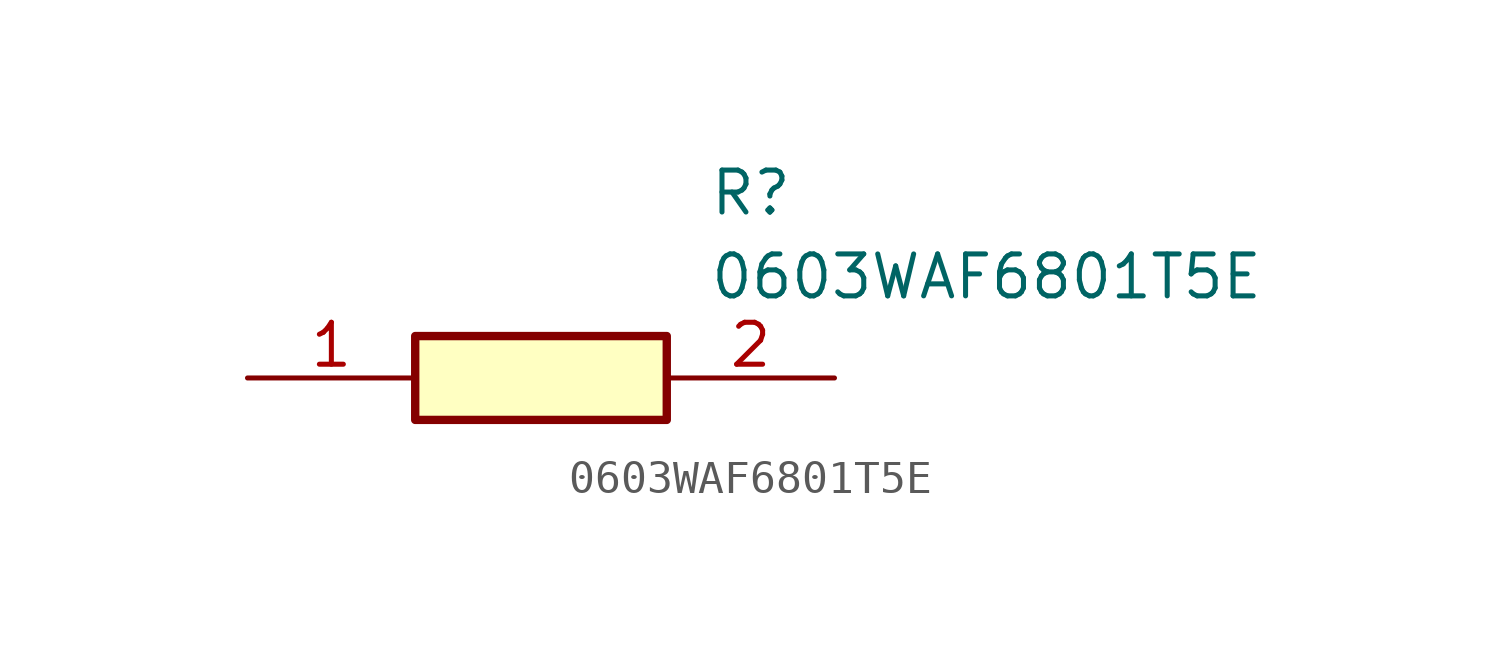
<source format=kicad_sym>
(kicad_symbol_lib
  (version 20211014)
  (generator SamacSys_ECAD_Model)
  (symbol "0603WAF6801T5E"
    (pin_names hide)
    (property "Reference" "R"
      (at 13.97 6.35 0)
      (effects (font (size 1.27 1.27)) (justify left top)))
    (property "Value" "0603WAF6801T5E"
      (at 13.97 3.81 0)
      (effects (font (size 1.27 1.27)) (justify left top)))
    (rectangle
      (start 5.08 1.27)
      (end 12.7 -1.27)
      (stroke (width 0.254) (type default))
      (fill (type background)))
    (pin passive line
      (at 0 0 0)
      (length 5.08)
      (name "1" (effects (font (size 1.27 1.27))))
      (number "1" (effects (font (size 1.27 1.27)))))
    (pin passive line
      (at 17.78 0 180)
      (length 5.08)
      (name "2" (effects (font (size 1.27 1.27))))
      (number "2" (effects (font (size 1.27 1.27)))))))
</source>
